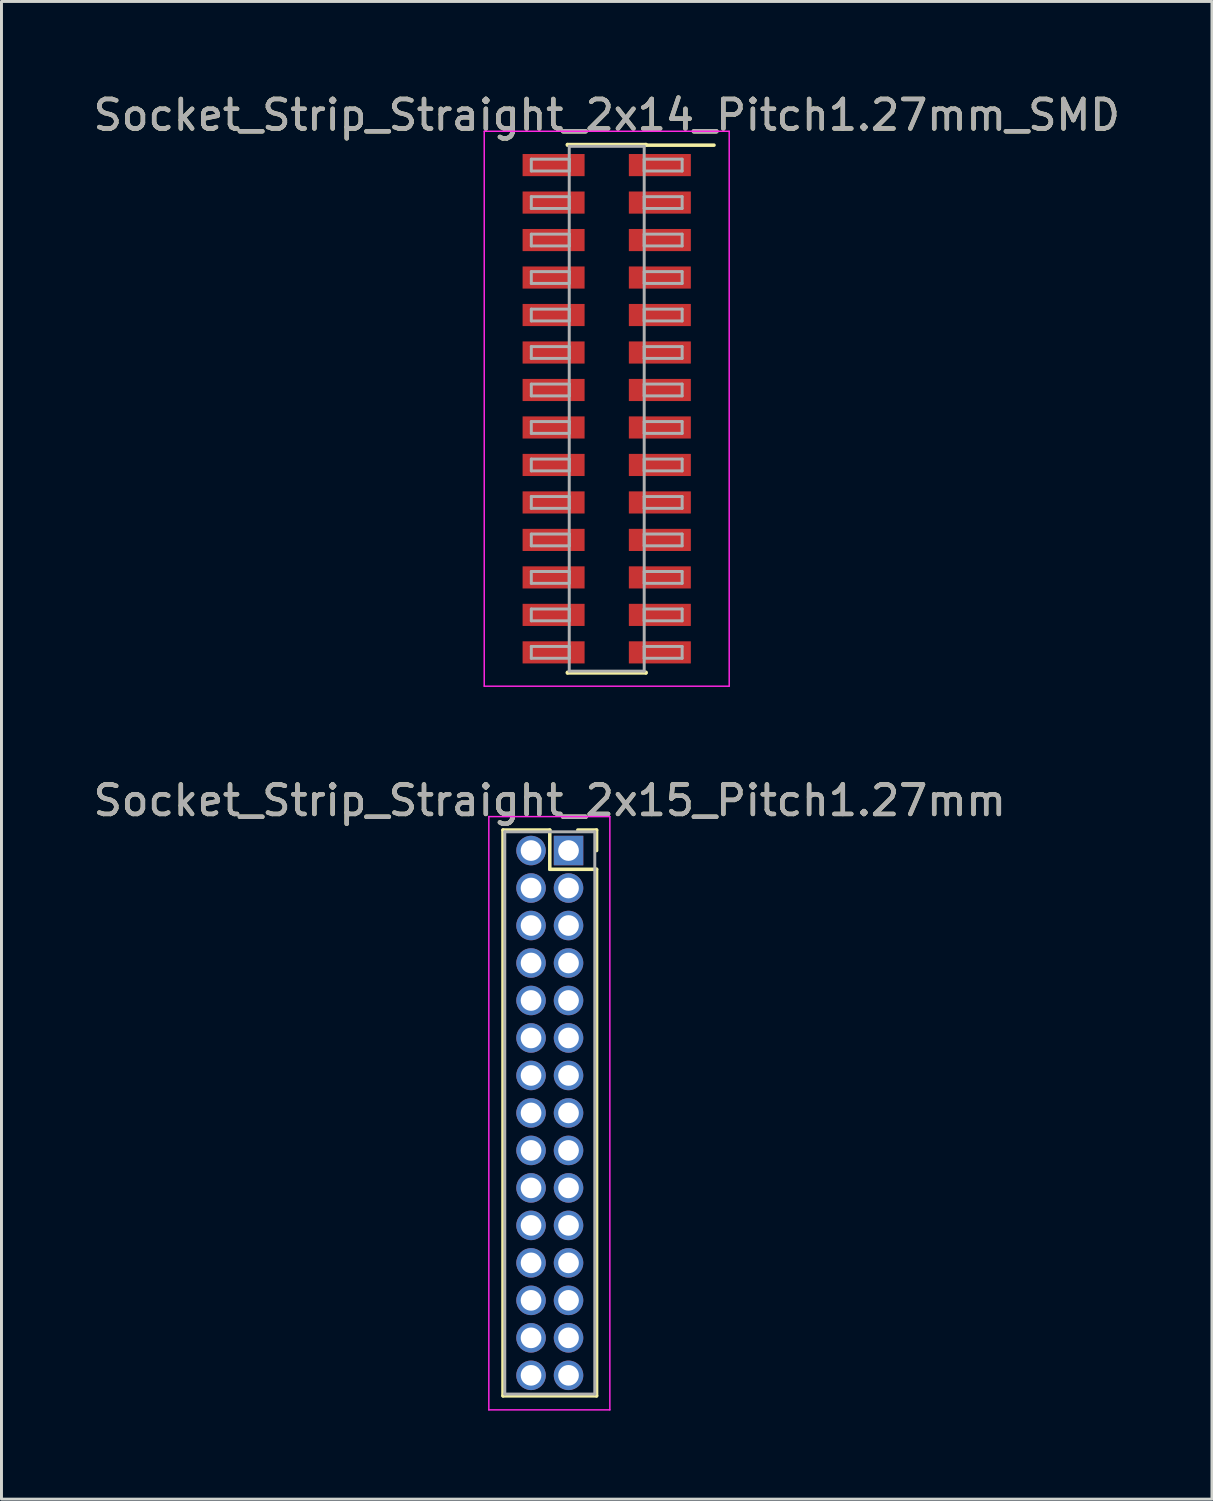
<source format=kicad_pcb>
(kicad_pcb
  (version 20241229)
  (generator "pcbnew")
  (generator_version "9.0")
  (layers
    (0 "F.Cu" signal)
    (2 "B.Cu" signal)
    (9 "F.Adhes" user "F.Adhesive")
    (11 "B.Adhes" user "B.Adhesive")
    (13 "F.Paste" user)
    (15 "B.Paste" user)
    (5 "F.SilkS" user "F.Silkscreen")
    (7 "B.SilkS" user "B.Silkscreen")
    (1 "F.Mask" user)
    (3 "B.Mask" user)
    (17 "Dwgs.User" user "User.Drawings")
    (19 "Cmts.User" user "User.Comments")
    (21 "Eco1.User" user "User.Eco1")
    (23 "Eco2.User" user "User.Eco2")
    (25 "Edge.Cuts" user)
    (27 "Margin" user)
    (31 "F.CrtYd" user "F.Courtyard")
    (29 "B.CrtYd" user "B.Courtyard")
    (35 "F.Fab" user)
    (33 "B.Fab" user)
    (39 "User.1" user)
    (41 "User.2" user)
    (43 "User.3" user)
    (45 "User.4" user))
  (footprint "Socket_Strip_Straight_2x14_Pitch1.27mm_SMD"
    (layer "F.Cu")
    (at 17.506 10.798)
    (property "Reference" "Socket_Strip_Straight_2x14_Pitch1.27mm_SMD" (at 0 -9.95 0) (layer "F.SilkS") (effects (font (size 1 1) (thickness 0.15))))
    (attr smd)
    (fp_line (start -1.33 -8.95) (end 1.33 -8.95) (stroke (width 0.12) (type solid)) (layer "F.SilkS"))
    (fp_line (start -1.33 -8.93) (end -1.33 -8.95) (stroke (width 0.12) (type solid)) (layer "F.SilkS"))
    (fp_line (start -1.33 8.93) (end -1.33 8.95) (stroke (width 0.12) (type solid)) (layer "F.SilkS"))
    (fp_line (start -1.33 8.95) (end 1.33 8.95) (stroke (width 0.12) (type solid)) (layer "F.SilkS"))
    (fp_line (start 1.33 -8.95) (end 1.33 -8.93) (stroke (width 0.12) (type solid)) (layer "F.SilkS"))
    (fp_line (start 1.33 8.95) (end 1.33 8.93) (stroke (width 0.12) (type solid)) (layer "F.SilkS"))
    (fp_line (start 3.635 -8.93) (end 1.33 -8.93) (stroke (width 0.12) (type solid)) (layer "F.SilkS"))
    (fp_line (start -4.15 -9.4) (end -4.15 9.4) (stroke (width 0.05) (type solid)) (layer "F.CrtYd"))
    (fp_line (start -4.15 9.4) (end 4.15 9.4) (stroke (width 0.05) (type solid)) (layer "F.CrtYd"))
    (fp_line (start 4.15 -9.4) (end -4.15 -9.4) (stroke (width 0.05) (type solid)) (layer "F.CrtYd"))
    (fp_line (start 4.15 9.4) (end 4.15 -9.4) (stroke (width 0.05) (type solid)) (layer "F.CrtYd"))
    (fp_line (start -2.555 -8.455) (end -1.27 -8.455) (stroke (width 0.1) (type solid)) (layer "F.Fab"))
    (fp_line (start -2.555 -8.055) (end -2.555 -8.455) (stroke (width 0.1) (type solid)) (layer "F.Fab"))
    (fp_line (start -2.555 -7.185) (end -1.27 -7.185) (stroke (width 0.1) (type solid)) (layer "F.Fab"))
    (fp_line (start -2.555 -6.785) (end -2.555 -7.185) (stroke (width 0.1) (type solid)) (layer "F.Fab"))
    (fp_line (start -2.555 -5.915) (end -1.27 -5.915) (stroke (width 0.1) (type solid)) (layer "F.Fab"))
    (fp_line (start -2.555 -5.515) (end -2.555 -5.915) (stroke (width 0.1) (type solid)) (layer "F.Fab"))
    (fp_line (start -2.555 -4.645) (end -1.27 -4.645) (stroke (width 0.1) (type solid)) (layer "F.Fab"))
    (fp_line (start -2.555 -4.245) (end -2.555 -4.645) (stroke (width 0.1) (type solid)) (layer "F.Fab"))
    (fp_line (start -2.555 -3.375) (end -1.27 -3.375) (stroke (width 0.1) (type solid)) (layer "F.Fab"))
    (fp_line (start -2.555 -2.975) (end -2.555 -3.375) (stroke (width 0.1) (type solid)) (layer "F.Fab"))
    (fp_line (start -2.555 -2.105) (end -1.27 -2.105) (stroke (width 0.1) (type solid)) (layer "F.Fab"))
    (fp_line (start -2.555 -1.705) (end -2.555 -2.105) (stroke (width 0.1) (type solid)) (layer "F.Fab"))
    (fp_line (start -2.555 -0.835) (end -1.27 -0.835) (stroke (width 0.1) (type solid)) (layer "F.Fab"))
    (fp_line (start -2.555 -0.435) (end -2.555 -0.835) (stroke (width 0.1) (type solid)) (layer "F.Fab"))
    (fp_line (start -2.555 0.435) (end -1.27 0.435) (stroke (width 0.1) (type solid)) (layer "F.Fab"))
    (fp_line (start -2.555 0.835) (end -2.555 0.435) (stroke (width 0.1) (type solid)) (layer "F.Fab"))
    (fp_line (start -2.555 1.705) (end -1.27 1.705) (stroke (width 0.1) (type solid)) (layer "F.Fab"))
    (fp_line (start -2.555 2.105) (end -2.555 1.705) (stroke (width 0.1) (type solid)) (layer "F.Fab"))
    (fp_line (start -2.555 2.975) (end -1.27 2.975) (stroke (width 0.1) (type solid)) (layer "F.Fab"))
    (fp_line (start -2.555 3.375) (end -2.555 2.975) (stroke (width 0.1) (type solid)) (layer "F.Fab"))
    (fp_line (start -2.555 4.245) (end -1.27 4.245) (stroke (width 0.1) (type solid)) (layer "F.Fab"))
    (fp_line (start -2.555 4.645) (end -2.555 4.245) (stroke (width 0.1) (type solid)) (layer "F.Fab"))
    (fp_line (start -2.555 5.515) (end -1.27 5.515) (stroke (width 0.1) (type solid)) (layer "F.Fab"))
    (fp_line (start -2.555 5.915) (end -2.555 5.515) (stroke (width 0.1) (type solid)) (layer "F.Fab"))
    (fp_line (start -2.555 6.785) (end -1.27 6.785) (stroke (width 0.1) (type solid)) (layer "F.Fab"))
    (fp_line (start -2.555 7.185) (end -2.555 6.785) (stroke (width 0.1) (type solid)) (layer "F.Fab"))
    (fp_line (start -2.555 8.055) (end -1.27 8.055) (stroke (width 0.1) (type solid)) (layer "F.Fab"))
    (fp_line (start -2.555 8.455) (end -2.555 8.055) (stroke (width 0.1) (type solid)) (layer "F.Fab"))
    (fp_line (start -1.27 -8.89) (end -1.27 8.89) (stroke (width 0.1) (type solid)) (layer "F.Fab"))
    (fp_line (start -1.27 -8.455) (end -1.27 -8.055) (stroke (width 0.1) (type solid)) (layer "F.Fab"))
    (fp_line (start -1.27 -8.055) (end -2.555 -8.055) (stroke (width 0.1) (type solid)) (layer "F.Fab"))
    (fp_line (start -1.27 -7.185) (end -1.27 -6.785) (stroke (width 0.1) (type solid)) (layer "F.Fab"))
    (fp_line (start -1.27 -6.785) (end -2.555 -6.785) (stroke (width 0.1) (type solid)) (layer "F.Fab"))
    (fp_line (start -1.27 -5.915) (end -1.27 -5.515) (stroke (width 0.1) (type solid)) (layer "F.Fab"))
    (fp_line (start -1.27 -5.515) (end -2.555 -5.515) (stroke (width 0.1) (type solid)) (layer "F.Fab"))
    (fp_line (start -1.27 -4.645) (end -1.27 -4.245) (stroke (width 0.1) (type solid)) (layer "F.Fab"))
    (fp_line (start -1.27 -4.245) (end -2.555 -4.245) (stroke (width 0.1) (type solid)) (layer "F.Fab"))
    (fp_line (start -1.27 -3.375) (end -1.27 -2.975) (stroke (width 0.1) (type solid)) (layer "F.Fab"))
    (fp_line (start -1.27 -2.975) (end -2.555 -2.975) (stroke (width 0.1) (type solid)) (layer "F.Fab"))
    (fp_line (start -1.27 -2.105) (end -1.27 -1.705) (stroke (width 0.1) (type solid)) (layer "F.Fab"))
    (fp_line (start -1.27 -1.705) (end -2.555 -1.705) (stroke (width 0.1) (type solid)) (layer "F.Fab"))
    (fp_line (start -1.27 -0.835) (end -1.27 -0.435) (stroke (width 0.1) (type solid)) (layer "F.Fab"))
    (fp_line (start -1.27 -0.435) (end -2.555 -0.435) (stroke (width 0.1) (type solid)) (layer "F.Fab"))
    (fp_line (start -1.27 0.435) (end -1.27 0.835) (stroke (width 0.1) (type solid)) (layer "F.Fab"))
    (fp_line (start -1.27 0.835) (end -2.555 0.835) (stroke (width 0.1) (type solid)) (layer "F.Fab"))
    (fp_line (start -1.27 1.705) (end -1.27 2.105) (stroke (width 0.1) (type solid)) (layer "F.Fab"))
    (fp_line (start -1.27 2.105) (end -2.555 2.105) (stroke (width 0.1) (type solid)) (layer "F.Fab"))
    (fp_line (start -1.27 2.975) (end -1.27 3.375) (stroke (width 0.1) (type solid)) (layer "F.Fab"))
    (fp_line (start -1.27 3.375) (end -2.555 3.375) (stroke (width 0.1) (type solid)) (layer "F.Fab"))
    (fp_line (start -1.27 4.245) (end -1.27 4.645) (stroke (width 0.1) (type solid)) (layer "F.Fab"))
    (fp_line (start -1.27 4.645) (end -2.555 4.645) (stroke (width 0.1) (type solid)) (layer "F.Fab"))
    (fp_line (start -1.27 5.515) (end -1.27 5.915) (stroke (width 0.1) (type solid)) (layer "F.Fab"))
    (fp_line (start -1.27 5.915) (end -2.555 5.915) (stroke (width 0.1) (type solid)) (layer "F.Fab"))
    (fp_line (start -1.27 6.785) (end -1.27 7.185) (stroke (width 0.1) (type solid)) (layer "F.Fab"))
    (fp_line (start -1.27 7.185) (end -2.555 7.185) (stroke (width 0.1) (type solid)) (layer "F.Fab"))
    (fp_line (start -1.27 8.055) (end -1.27 8.455) (stroke (width 0.1) (type solid)) (layer "F.Fab"))
    (fp_line (start -1.27 8.455) (end -2.555 8.455) (stroke (width 0.1) (type solid)) (layer "F.Fab"))
    (fp_line (start -1.27 8.89) (end 1.27 8.89) (stroke (width 0.1) (type solid)) (layer "F.Fab"))
    (fp_line (start 1.27 -8.89) (end -1.27 -8.89) (stroke (width 0.1) (type solid)) (layer "F.Fab"))
    (fp_line (start 1.27 -8.455) (end 1.27 -8.055) (stroke (width 0.1) (type solid)) (layer "F.Fab"))
    (fp_line (start 1.27 -8.055) (end 2.555 -8.055) (stroke (width 0.1) (type solid)) (layer "F.Fab"))
    (fp_line (start 1.27 -7.185) (end 1.27 -6.785) (stroke (width 0.1) (type solid)) (layer "F.Fab"))
    (fp_line (start 1.27 -6.785) (end 2.555 -6.785) (stroke (width 0.1) (type solid)) (layer "F.Fab"))
    (fp_line (start 1.27 -5.915) (end 1.27 -5.515) (stroke (width 0.1) (type solid)) (layer "F.Fab"))
    (fp_line (start 1.27 -5.515) (end 2.555 -5.515) (stroke (width 0.1) (type solid)) (layer "F.Fab"))
    (fp_line (start 1.27 -4.645) (end 1.27 -4.245) (stroke (width 0.1) (type solid)) (layer "F.Fab"))
    (fp_line (start 1.27 -4.245) (end 2.555 -4.245) (stroke (width 0.1) (type solid)) (layer "F.Fab"))
    (fp_line (start 1.27 -3.375) (end 1.27 -2.975) (stroke (width 0.1) (type solid)) (layer "F.Fab"))
    (fp_line (start 1.27 -2.975) (end 2.555 -2.975) (stroke (width 0.1) (type solid)) (layer "F.Fab"))
    (fp_line (start 1.27 -2.105) (end 1.27 -1.705) (stroke (width 0.1) (type solid)) (layer "F.Fab"))
    (fp_line (start 1.27 -1.705) (end 2.555 -1.705) (stroke (width 0.1) (type solid)) (layer "F.Fab"))
    (fp_line (start 1.27 -0.835) (end 1.27 -0.435) (stroke (width 0.1) (type solid)) (layer "F.Fab"))
    (fp_line (start 1.27 -0.435) (end 2.555 -0.435) (stroke (width 0.1) (type solid)) (layer "F.Fab"))
    (fp_line (start 1.27 0.435) (end 1.27 0.835) (stroke (width 0.1) (type solid)) (layer "F.Fab"))
    (fp_line (start 1.27 0.835) (end 2.555 0.835) (stroke (width 0.1) (type solid)) (layer "F.Fab"))
    (fp_line (start 1.27 1.705) (end 1.27 2.105) (stroke (width 0.1) (type solid)) (layer "F.Fab"))
    (fp_line (start 1.27 2.105) (end 2.555 2.105) (stroke (width 0.1) (type solid)) (layer "F.Fab"))
    (fp_line (start 1.27 2.975) (end 1.27 3.375) (stroke (width 0.1) (type solid)) (layer "F.Fab"))
    (fp_line (start 1.27 3.375) (end 2.555 3.375) (stroke (width 0.1) (type solid)) (layer "F.Fab"))
    (fp_line (start 1.27 4.245) (end 1.27 4.645) (stroke (width 0.1) (type solid)) (layer "F.Fab"))
    (fp_line (start 1.27 4.645) (end 2.555 4.645) (stroke (width 0.1) (type solid)) (layer "F.Fab"))
    (fp_line (start 1.27 5.515) (end 1.27 5.915) (stroke (width 0.1) (type solid)) (layer "F.Fab"))
    (fp_line (start 1.27 5.915) (end 2.555 5.915) (stroke (width 0.1) (type solid)) (layer "F.Fab"))
    (fp_line (start 1.27 6.785) (end 1.27 7.185) (stroke (width 0.1) (type solid)) (layer "F.Fab"))
    (fp_line (start 1.27 7.185) (end 2.555 7.185) (stroke (width 0.1) (type solid)) (layer "F.Fab"))
    (fp_line (start 1.27 8.055) (end 1.27 8.455) (stroke (width 0.1) (type solid)) (layer "F.Fab"))
    (fp_line (start 1.27 8.455) (end 2.555 8.455) (stroke (width 0.1) (type solid)) (layer "F.Fab"))
    (fp_line (start 1.27 8.89) (end 1.27 -8.89) (stroke (width 0.1) (type solid)) (layer "F.Fab"))
    (fp_line (start 2.555 -8.455) (end 1.27 -8.455) (stroke (width 0.1) (type solid)) (layer "F.Fab"))
    (fp_line (start 2.555 -8.055) (end 2.555 -8.455) (stroke (width 0.1) (type solid)) (layer "F.Fab"))
    (fp_line (start 2.555 -7.185) (end 1.27 -7.185) (stroke (width 0.1) (type solid)) (layer "F.Fab"))
    (fp_line (start 2.555 -6.785) (end 2.555 -7.185) (stroke (width 0.1) (type solid)) (layer "F.Fab"))
    (fp_line (start 2.555 -5.915) (end 1.27 -5.915) (stroke (width 0.1) (type solid)) (layer "F.Fab"))
    (fp_line (start 2.555 -5.515) (end 2.555 -5.915) (stroke (width 0.1) (type solid)) (layer "F.Fab"))
    (fp_line (start 2.555 -4.645) (end 1.27 -4.645) (stroke (width 0.1) (type solid)) (layer "F.Fab"))
    (fp_line (start 2.555 -4.245) (end 2.555 -4.645) (stroke (width 0.1) (type solid)) (layer "F.Fab"))
    (fp_line (start 2.555 -3.375) (end 1.27 -3.375) (stroke (width 0.1) (type solid)) (layer "F.Fab"))
    (fp_line (start 2.555 -2.975) (end 2.555 -3.375) (stroke (width 0.1) (type solid)) (layer "F.Fab"))
    (fp_line (start 2.555 -2.105) (end 1.27 -2.105) (stroke (width 0.1) (type solid)) (layer "F.Fab"))
    (fp_line (start 2.555 -1.705) (end 2.555 -2.105) (stroke (width 0.1) (type solid)) (layer "F.Fab"))
    (fp_line (start 2.555 -0.835) (end 1.27 -0.835) (stroke (width 0.1) (type solid)) (layer "F.Fab"))
    (fp_line (start 2.555 -0.435) (end 2.555 -0.835) (stroke (width 0.1) (type solid)) (layer "F.Fab"))
    (fp_line (start 2.555 0.435) (end 1.27 0.435) (stroke (width 0.1) (type solid)) (layer "F.Fab"))
    (fp_line (start 2.555 0.835) (end 2.555 0.435) (stroke (width 0.1) (type solid)) (layer "F.Fab"))
    (fp_line (start 2.555 1.705) (end 1.27 1.705) (stroke (width 0.1) (type solid)) (layer "F.Fab"))
    (fp_line (start 2.555 2.105) (end 2.555 1.705) (stroke (width 0.1) (type solid)) (layer "F.Fab"))
    (fp_line (start 2.555 2.975) (end 1.27 2.975) (stroke (width 0.1) (type solid)) (layer "F.Fab"))
    (fp_line (start 2.555 3.375) (end 2.555 2.975) (stroke (width 0.1) (type solid)) (layer "F.Fab"))
    (fp_line (start 2.555 4.245) (end 1.27 4.245) (stroke (width 0.1) (type solid)) (layer "F.Fab"))
    (fp_line (start 2.555 4.645) (end 2.555 4.245) (stroke (width 0.1) (type solid)) (layer "F.Fab"))
    (fp_line (start 2.555 5.515) (end 1.27 5.515) (stroke (width 0.1) (type solid)) (layer "F.Fab"))
    (fp_line (start 2.555 5.915) (end 2.555 5.515) (stroke (width 0.1) (type solid)) (layer "F.Fab"))
    (fp_line (start 2.555 6.785) (end 1.27 6.785) (stroke (width 0.1) (type solid)) (layer "F.Fab"))
    (fp_line (start 2.555 7.185) (end 2.555 6.785) (stroke (width 0.1) (type solid)) (layer "F.Fab"))
    (fp_line (start 2.555 8.055) (end 1.27 8.055) (stroke (width 0.1) (type solid)) (layer "F.Fab"))
    (fp_line (start 2.555 8.455) (end 2.555 8.055) (stroke (width 0.1) (type solid)) (layer "F.Fab"))
    (fp_text user "${REFERENCE}" (at 0 -9.95 0) (layer "F.Fab") (effects (font (size 1 1) (thickness 0.15))))
    (pad "1" smd rect (at 1.8 -8.255) (size 2.1 0.75) (layers "F.Cu" "F.Mask" "F.Paste"))
    (pad "2" smd rect (at -1.8 -8.255) (size 2.1 0.75) (layers "F.Cu" "F.Mask" "F.Paste"))
    (pad "3" smd rect (at 1.8 -6.985) (size 2.1 0.75) (layers "F.Cu" "F.Mask" "F.Paste"))
    (pad "4" smd rect (at -1.8 -6.985) (size 2.1 0.75) (layers "F.Cu" "F.Mask" "F.Paste"))
    (pad "5" smd rect (at 1.8 -5.715) (size 2.1 0.75) (layers "F.Cu" "F.Mask" "F.Paste"))
    (pad "6" smd rect (at -1.8 -5.715) (size 2.1 0.75) (layers "F.Cu" "F.Mask" "F.Paste"))
    (pad "7" smd rect (at 1.8 -4.445) (size 2.1 0.75) (layers "F.Cu" "F.Mask" "F.Paste"))
    (pad "8" smd rect (at -1.8 -4.445) (size 2.1 0.75) (layers "F.Cu" "F.Mask" "F.Paste"))
    (pad "9" smd rect (at 1.8 -3.175) (size 2.1 0.75) (layers "F.Cu" "F.Mask" "F.Paste"))
    (pad "10" smd rect (at -1.8 -3.175) (size 2.1 0.75) (layers "F.Cu" "F.Mask" "F.Paste"))
    (pad "11" smd rect (at 1.8 -1.905) (size 2.1 0.75) (layers "F.Cu" "F.Mask" "F.Paste"))
    (pad "12" smd rect (at -1.8 -1.905) (size 2.1 0.75) (layers "F.Cu" "F.Mask" "F.Paste"))
    (pad "13" smd rect (at 1.8 -0.635) (size 2.1 0.75) (layers "F.Cu" "F.Mask" "F.Paste"))
    (pad "14" smd rect (at -1.8 -0.635) (size 2.1 0.75) (layers "F.Cu" "F.Mask" "F.Paste"))
    (pad "15" smd rect (at 1.8 0.635) (size 2.1 0.75) (layers "F.Cu" "F.Mask" "F.Paste"))
    (pad "16" smd rect (at -1.8 0.635) (size 2.1 0.75) (layers "F.Cu" "F.Mask" "F.Paste"))
    (pad "17" smd rect (at 1.8 1.905) (size 2.1 0.75) (layers "F.Cu" "F.Mask" "F.Paste"))
    (pad "18" smd rect (at -1.8 1.905) (size 2.1 0.75) (layers "F.Cu" "F.Mask" "F.Paste"))
    (pad "19" smd rect (at 1.8 3.175) (size 2.1 0.75) (layers "F.Cu" "F.Mask" "F.Paste"))
    (pad "20" smd rect (at -1.8 3.175) (size 2.1 0.75) (layers "F.Cu" "F.Mask" "F.Paste"))
    (pad "21" smd rect (at 1.8 4.445) (size 2.1 0.75) (layers "F.Cu" "F.Mask" "F.Paste"))
    (pad "22" smd rect (at -1.8 4.445) (size 2.1 0.75) (layers "F.Cu" "F.Mask" "F.Paste"))
    (pad "23" smd rect (at 1.8 5.715) (size 2.1 0.75) (layers "F.Cu" "F.Mask" "F.Paste"))
    (pad "24" smd rect (at -1.8 5.715) (size 2.1 0.75) (layers "F.Cu" "F.Mask" "F.Paste"))
    (pad "25" smd rect (at 1.8 6.985) (size 2.1 0.75) (layers "F.Cu" "F.Mask" "F.Paste"))
    (pad "26" smd rect (at -1.8 6.985) (size 2.1 0.75) (layers "F.Cu" "F.Mask" "F.Paste"))
    (pad "27" smd rect (at 1.8 8.255) (size 2.1 0.75) (layers "F.Cu" "F.Mask" "F.Paste"))
    (pad "28" smd rect (at -1.8 8.255) (size 2.1 0.75) (layers "F.Cu" "F.Mask" "F.Paste")))
  (footprint "Socket_Strip_Straight_2x15_Pitch1.27mm"
    (layer "F.Cu")
    (at 16.212 25.767)
    (property "Reference" "Socket_Strip_Straight_2x15_Pitch1.27mm" (at -0.635 -1.695 0) (layer "F.SilkS") (effects (font (size 1 1) (thickness 0.15))))
    (attr through_hole)
    (fp_line (start -2.22 -0.695) (end -0.635 -0.695) (stroke (width 0.12) (type solid)) (layer "F.SilkS"))
    (fp_line (start -2.22 18.475) (end -2.22 -0.695) (stroke (width 0.12) (type solid)) (layer "F.SilkS"))
    (fp_line (start -0.635 -0.695) (end -0.635 0.635) (stroke (width 0.12) (type solid)) (layer "F.SilkS"))
    (fp_line (start -0.635 0.635) (end 0.95 0.635) (stroke (width 0.12) (type solid)) (layer "F.SilkS"))
    (fp_line (start 0.95 -0.695) (end 0.315 -0.695) (stroke (width 0.12) (type solid)) (layer "F.SilkS"))
    (fp_line (start 0.95 0) (end 0.95 -0.695) (stroke (width 0.12) (type solid)) (layer "F.SilkS"))
    (fp_line (start 0.95 0.635) (end 0.95 18.475) (stroke (width 0.12) (type solid)) (layer "F.SilkS"))
    (fp_line (start 0.95 18.475) (end -2.22 18.475) (stroke (width 0.12) (type solid)) (layer "F.SilkS"))
    (fp_line (start -2.7 -1.15) (end -2.7 18.95) (stroke (width 0.05) (type solid)) (layer "F.CrtYd"))
    (fp_line (start -2.7 18.95) (end 1.4 18.95) (stroke (width 0.05) (type solid)) (layer "F.CrtYd"))
    (fp_line (start 1.4 -1.15) (end -2.7 -1.15) (stroke (width 0.05) (type solid)) (layer "F.CrtYd"))
    (fp_line (start 1.4 18.95) (end 1.4 -1.15) (stroke (width 0.05) (type solid)) (layer "F.CrtYd"))
    (fp_line (start -2.16 -0.635) (end -2.16 18.415) (stroke (width 0.1) (type solid)) (layer "F.Fab"))
    (fp_line (start -2.16 18.415) (end 0.89 18.415) (stroke (width 0.1) (type solid)) (layer "F.Fab"))
    (fp_line (start 0.89 -0.635) (end -2.16 -0.635) (stroke (width 0.1) (type solid)) (layer "F.Fab"))
    (fp_line (start 0.89 18.415) (end 0.89 -0.635) (stroke (width 0.1) (type solid)) (layer "F.Fab"))
    (fp_text user "${REFERENCE}" (at -0.635 -1.695 0) (layer "F.Fab") (effects (font (size 1 1) (thickness 0.15))))
    (pad "1" thru_hole rect (at 0 0) (size 1 1) (drill 0.7) (layers "*.Cu" "*.Mask"))
    (pad "2" thru_hole oval (at -1.27 0) (size 1 1) (drill 0.7) (layers "*.Cu" "*.Mask"))
    (pad "3" thru_hole oval (at 0 1.27) (size 1 1) (drill 0.7) (layers "*.Cu" "*.Mask"))
    (pad "4" thru_hole oval (at -1.27 1.27) (size 1 1) (drill 0.7) (layers "*.Cu" "*.Mask"))
    (pad "5" thru_hole oval (at 0 2.54) (size 1 1) (drill 0.7) (layers "*.Cu" "*.Mask"))
    (pad "6" thru_hole oval (at -1.27 2.54) (size 1 1) (drill 0.7) (layers "*.Cu" "*.Mask"))
    (pad "7" thru_hole oval (at 0 3.81) (size 1 1) (drill 0.7) (layers "*.Cu" "*.Mask"))
    (pad "8" thru_hole oval (at -1.27 3.81) (size 1 1) (drill 0.7) (layers "*.Cu" "*.Mask"))
    (pad "9" thru_hole oval (at 0 5.08) (size 1 1) (drill 0.7) (layers "*.Cu" "*.Mask"))
    (pad "10" thru_hole oval (at -1.27 5.08) (size 1 1) (drill 0.7) (layers "*.Cu" "*.Mask"))
    (pad "11" thru_hole oval (at 0 6.35) (size 1 1) (drill 0.7) (layers "*.Cu" "*.Mask"))
    (pad "12" thru_hole oval (at -1.27 6.35) (size 1 1) (drill 0.7) (layers "*.Cu" "*.Mask"))
    (pad "13" thru_hole oval (at 0 7.62) (size 1 1) (drill 0.7) (layers "*.Cu" "*.Mask"))
    (pad "14" thru_hole oval (at -1.27 7.62) (size 1 1) (drill 0.7) (layers "*.Cu" "*.Mask"))
    (pad "15" thru_hole oval (at 0 8.89) (size 1 1) (drill 0.7) (layers "*.Cu" "*.Mask"))
    (pad "16" thru_hole oval (at -1.27 8.89) (size 1 1) (drill 0.7) (layers "*.Cu" "*.Mask"))
    (pad "17" thru_hole oval (at 0 10.16) (size 1 1) (drill 0.7) (layers "*.Cu" "*.Mask"))
    (pad "18" thru_hole oval (at -1.27 10.16) (size 1 1) (drill 0.7) (layers "*.Cu" "*.Mask"))
    (pad "19" thru_hole oval (at 0 11.43) (size 1 1) (drill 0.7) (layers "*.Cu" "*.Mask"))
    (pad "20" thru_hole oval (at -1.27 11.43) (size 1 1) (drill 0.7) (layers "*.Cu" "*.Mask"))
    (pad "21" thru_hole oval (at 0 12.7) (size 1 1) (drill 0.7) (layers "*.Cu" "*.Mask"))
    (pad "22" thru_hole oval (at -1.27 12.7) (size 1 1) (drill 0.7) (layers "*.Cu" "*.Mask"))
    (pad "23" thru_hole oval (at 0 13.97) (size 1 1) (drill 0.7) (layers "*.Cu" "*.Mask"))
    (pad "24" thru_hole oval (at -1.27 13.97) (size 1 1) (drill 0.7) (layers "*.Cu" "*.Mask"))
    (pad "25" thru_hole oval (at 0 15.24) (size 1 1) (drill 0.7) (layers "*.Cu" "*.Mask"))
    (pad "26" thru_hole oval (at -1.27 15.24) (size 1 1) (drill 0.7) (layers "*.Cu" "*.Mask"))
    (pad "27" thru_hole oval (at 0 16.51) (size 1 1) (drill 0.7) (layers "*.Cu" "*.Mask"))
    (pad "28" thru_hole oval (at -1.27 16.51) (size 1 1) (drill 0.7) (layers "*.Cu" "*.Mask"))
    (pad "29" thru_hole oval (at 0 17.78) (size 1 1) (drill 0.7) (layers "*.Cu" "*.Mask"))
    (pad "30" thru_hole oval (at -1.27 17.78) (size 1 1) (drill 0.7) (layers "*.Cu" "*.Mask")))
  (gr_rect
    (start -3 -3)
    (end 38.012 47.742)
    (stroke (width 0.1) (type default))
    (fill no)
    (layer "Edge.Cuts")))
</source>
